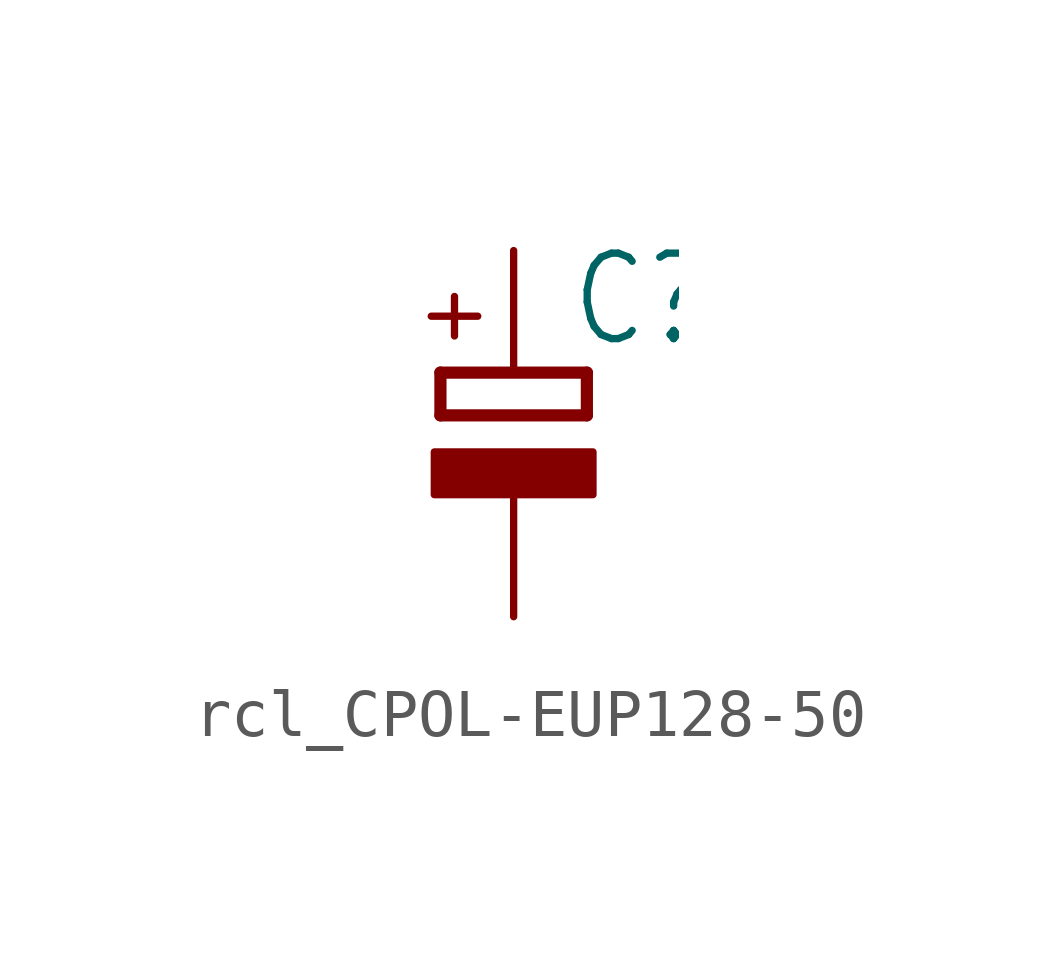
<source format=kicad_sym>
(kicad_symbol_lib
  (version 20241209)
  (generator "kicad_symbol_editor")
  (generator_version "9.0")
  (symbol "rcl_CPOL-EUP128-50"
    (property "Reference" "C"
      (at 1.143 0.483 0)
      (effects (font (size 1.778 1.511)) (justify left bottom)))
    (property "Value" ""
      (at 1.143 -4.597 0)
      (effects (font (size 1.778 1.511)) (justify left bottom)))
    (property "ki_locked" ""
      (at 0 0 0)
      (effects (font (size 1.27 1.27))))
    (symbol "rcl_CPOL-EUP128-50_1_0"
      (rectangle (start -1.651 -2.54) (end 1.651 -1.651) (stroke (width 0) (type default)) (fill (type outline)))
      (polyline (pts (xy -1.524 0) (xy -1.524 -0.889)) (stroke (width 0.254) (type solid)) (fill (type none)))
      (polyline (pts (xy -1.524 0) (xy 1.524 0)) (stroke (width 0.254) (type solid)) (fill (type none)))
      (polyline (pts (xy -1.524 -0.889) (xy 1.524 -0.889)) (stroke (width 0.254) (type solid)) (fill (type none)))
      (polyline (pts (xy 1.524 -0.889) (xy 1.524 0)) (stroke (width 0.254) (type solid)) (fill (type none)))
      (text "+" (at -0.584 0.406 900) (effects (font (size 1.27 1.079)) (justify left bottom)))
      (pin passive line (at 0 2.54 270) (length 2.54) (name "+" (effects (font (size 0 0)))) (number "+" (effects (font (size 0 0)))))
      (pin passive line (at 0 -5.08 90) (length 2.54) (name "-" (effects (font (size 0 0)))) (number "-" (effects (font (size 0 0))))))))
</source>
